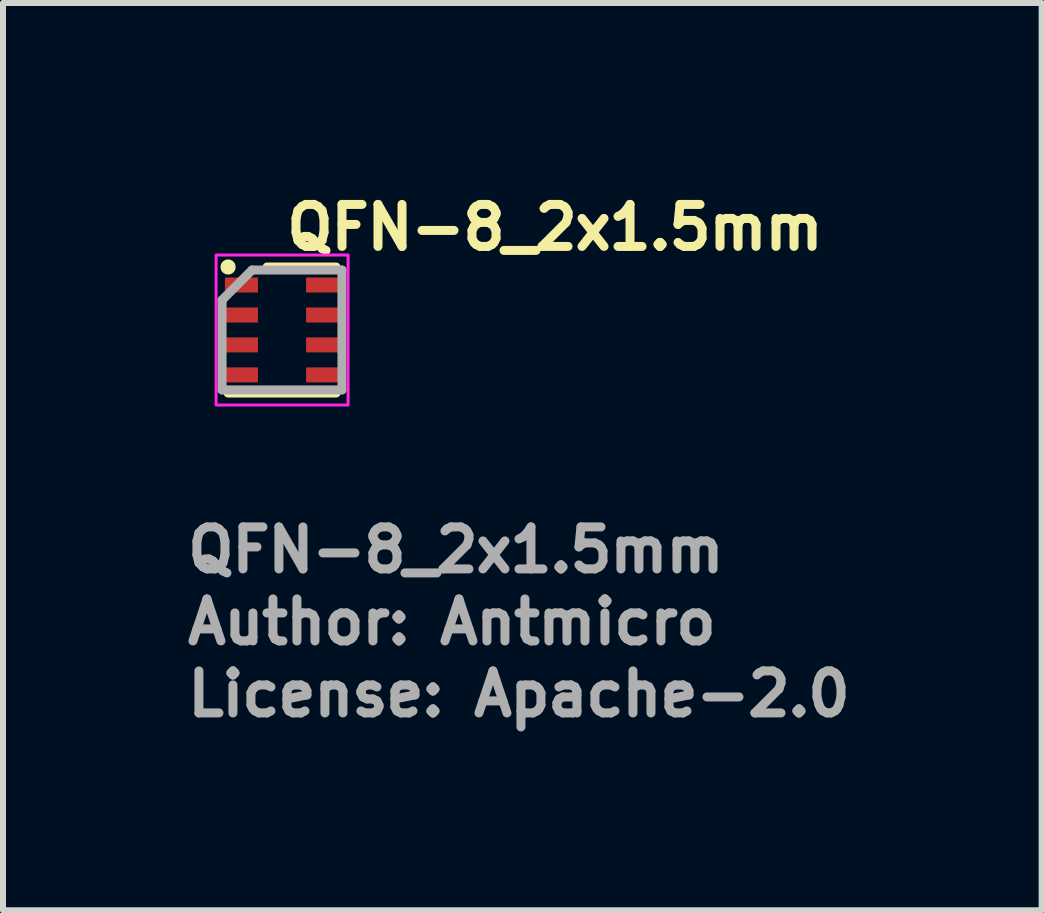
<source format=kicad_pcb>
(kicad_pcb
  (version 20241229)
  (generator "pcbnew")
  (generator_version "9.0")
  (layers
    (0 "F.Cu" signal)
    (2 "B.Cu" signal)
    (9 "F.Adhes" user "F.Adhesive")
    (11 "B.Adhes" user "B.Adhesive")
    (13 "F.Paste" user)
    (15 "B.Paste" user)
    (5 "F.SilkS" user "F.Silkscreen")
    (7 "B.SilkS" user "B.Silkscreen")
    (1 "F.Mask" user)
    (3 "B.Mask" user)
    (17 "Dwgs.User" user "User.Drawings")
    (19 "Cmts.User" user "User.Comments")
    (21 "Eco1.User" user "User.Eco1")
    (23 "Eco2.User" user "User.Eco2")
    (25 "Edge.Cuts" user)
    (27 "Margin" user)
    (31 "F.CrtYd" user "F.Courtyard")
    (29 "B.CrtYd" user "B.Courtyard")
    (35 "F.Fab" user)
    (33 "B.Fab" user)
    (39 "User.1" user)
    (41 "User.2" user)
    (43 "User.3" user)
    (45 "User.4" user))
  (footprint "QFN-8_2x1.5mm"
    (layer "F.Cu")
    (at 1.651 2.45)
    (property "Reference" "QFN-8_2x1.5mm" (at 0 -1.3 0) (layer "F.SilkS") (effects (font (size 0.7 0.7) (thickness 0.15)) (justify left bottom)))
    (attr smd)
    (fp_line (start -0.9 1.05) (end 0.9 1.05) (stroke (width 0.15) (type solid)) (layer "F.SilkS"))
    (fp_line (start -0.25 -1.05) (end 0.9 -1.05) (stroke (width 0.15) (type solid)) (layer "F.SilkS"))
    (fp_circle (center -0.9 -1.05) (end -0.849 -1.05) (stroke (width 0.15) (type solid)) (fill yes) (layer "F.SilkS"))
    (fp_rect (start -1.1 -1.25) (end 1.1 1.25) (stroke (width 0.05) (type solid)) (fill no) (layer "F.CrtYd"))
    (fp_line (start -1 -0.5) (end -0.5 -1) (stroke (width 0.15) (type solid)) (layer "F.Fab"))
    (fp_line (start -1 0.998) (end -1 -0.5) (stroke (width 0.15) (type solid)) (layer "F.Fab"))
    (fp_line (start -0.5 -1) (end 0.998 -1) (stroke (width 0.15) (type solid)) (layer "F.Fab"))
    (fp_line (start 0.998 -1) (end 0.998 0.998) (stroke (width 0.15) (type solid)) (layer "F.Fab"))
    (fp_line (start 0.998 0.998) (end -1 0.998) (stroke (width 0.15) (type solid)) (layer "F.Fab"))
    (fp_rect (start -0.75 -1) (end 0.748 0.998) (stroke (width 0.1) (type solid)) (fill no) (layer "User.5"))
    (fp_line (start -0.75 -1) (end 0.748 -1) (stroke (width 0.02) (type solid)) (layer "User.9"))
    (fp_line (start -0.75 0.998) (end -0.75 -1) (stroke (width 0.02) (type solid)) (layer "User.9"))
    (fp_line (start 0.748 -1) (end 0.748 0.998) (stroke (width 0.02) (type solid)) (layer "User.9"))
    (fp_line (start 0.748 0.998) (end -0.75 0.998) (stroke (width 0.02) (type solid)) (layer "User.9"))
    (fp_text user "License: Apache-2.0" (at -1.651 6.475 0) (layer "F.Fab") (effects (font (size 0.7 0.7) (thickness 0.15)) (justify left bottom)))
    (fp_text user "${REFERENCE}" (at -1.651 4.075 0) (layer "F.Fab") (effects (font (size 0.7 0.7) (thickness 0.15)) (justify left bottom)))
    (fp_text user "Author: Antmicro" (at -1.651 5.275 0) (layer "F.Fab") (effects (font (size 0.7 0.7) (thickness 0.15)) (justify left bottom)))
    (pad "1" smd rect (at -0.677 -0.75) (size 0.55 0.25) (layers "F.Cu" "F.Mask" "F.Paste"))
    (pad "2" smd rect (at -0.677 -0.25) (size 0.55 0.25) (layers "F.Cu" "F.Mask" "F.Paste"))
    (pad "3" smd rect (at -0.677 0.248) (size 0.55 0.25) (layers "F.Cu" "F.Mask" "F.Paste"))
    (pad "4" smd rect (at -0.677 0.748) (size 0.55 0.25) (layers "F.Cu" "F.Mask" "F.Paste"))
    (pad "5" smd rect (at 0.675 0.748) (size 0.55 0.25) (layers "F.Cu" "F.Mask" "F.Paste"))
    (pad "6" smd rect (at 0.675 0.248) (size 0.55 0.25) (layers "F.Cu" "F.Mask" "F.Paste"))
    (pad "7" smd rect (at 0.675 -0.25) (size 0.55 0.25) (layers "F.Cu" "F.Mask" "F.Paste"))
    (pad "8" smd rect (at 0.675 -0.75) (size 0.55 0.25) (layers "F.Cu" "F.Mask" "F.Paste")))
  (gr_rect
    (start -3 -3)
    (end 14.31 12.12)
    (stroke (width 0.1) (type default))
    (fill no)
    (layer "Edge.Cuts")))
</source>
